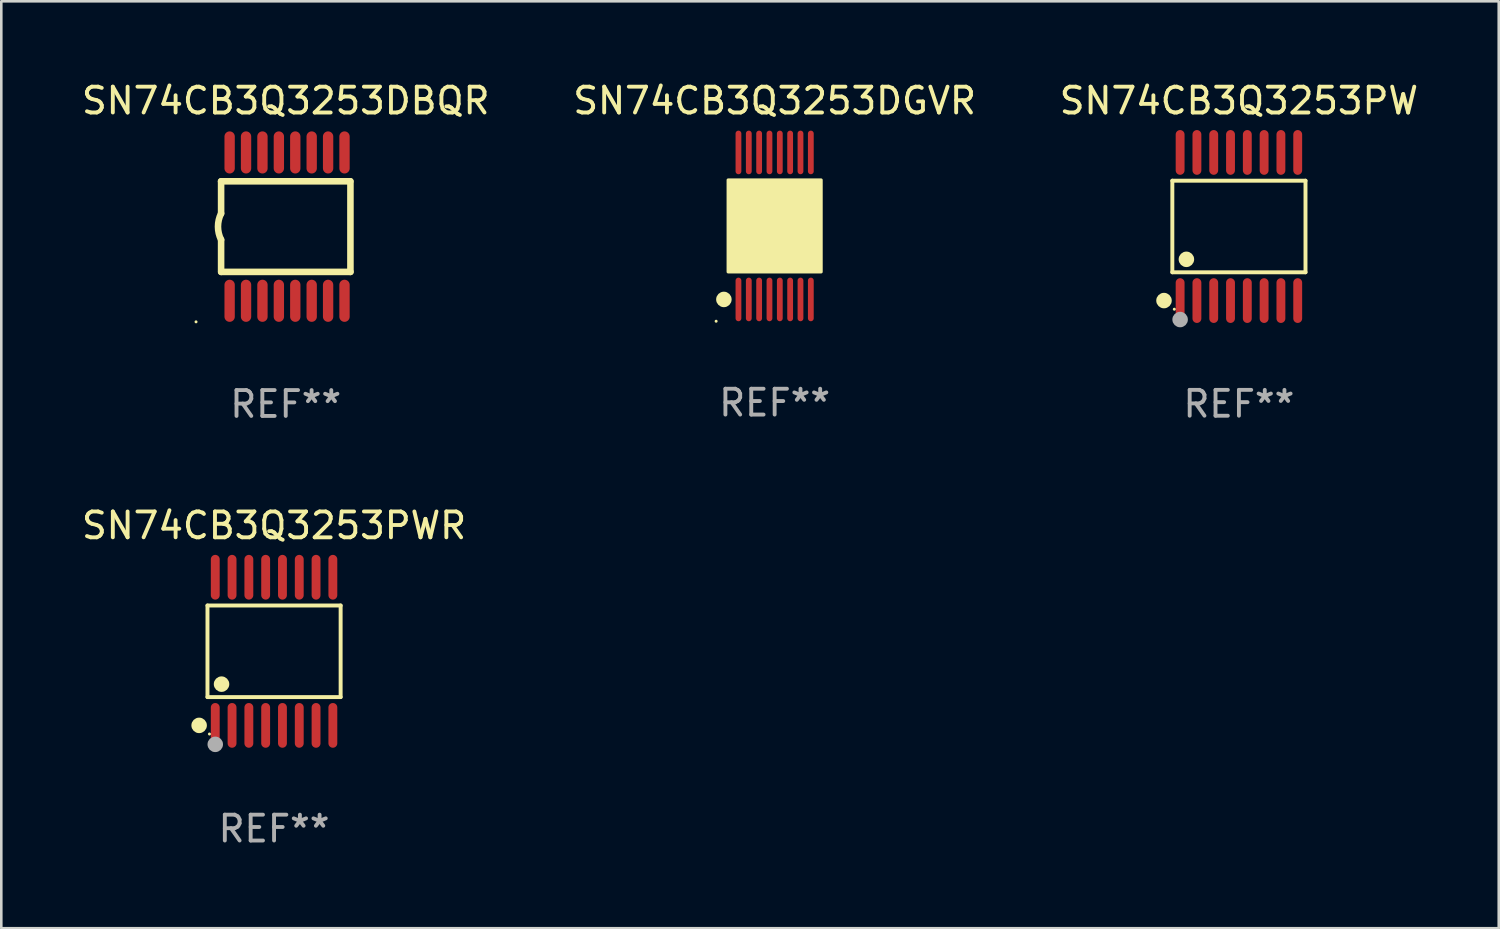
<source format=kicad_pcb>
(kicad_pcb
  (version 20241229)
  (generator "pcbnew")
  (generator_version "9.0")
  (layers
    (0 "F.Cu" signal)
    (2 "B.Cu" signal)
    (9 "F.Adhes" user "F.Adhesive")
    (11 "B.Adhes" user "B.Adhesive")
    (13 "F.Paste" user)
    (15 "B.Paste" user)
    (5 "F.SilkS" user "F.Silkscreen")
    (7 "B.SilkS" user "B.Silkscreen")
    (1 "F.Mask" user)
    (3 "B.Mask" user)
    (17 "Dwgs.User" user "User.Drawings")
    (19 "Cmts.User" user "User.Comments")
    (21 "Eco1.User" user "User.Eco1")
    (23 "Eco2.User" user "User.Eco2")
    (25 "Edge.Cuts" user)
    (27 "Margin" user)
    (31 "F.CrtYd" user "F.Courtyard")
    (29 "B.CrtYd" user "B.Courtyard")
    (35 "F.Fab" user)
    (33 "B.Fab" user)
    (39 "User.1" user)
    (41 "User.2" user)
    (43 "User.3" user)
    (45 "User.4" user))
  (footprint "SN74CB3Q3253DBQR"
    (layer "F.Cu")
    (at 8.006 5.718)
    (property "Reference" "SN74CB3Q3253DBQR" (at 0 -4.87 0) (layer "F.SilkS") (effects (font (size 1 1) (thickness 0.15))))
    (attr through_hole)
    (fp_line (start -2.503 -1.753) (end 2.497 -1.753) (stroke (width 0.254) (type solid)) (layer "F.SilkS"))
    (fp_line (start -2.501 -0.508) (end -2.501 -1.753) (stroke (width 0.254) (type solid)) (layer "F.SilkS"))
    (fp_line (start -2.501 1.753) (end -2.501 0.508) (stroke (width 0.254) (type solid)) (layer "F.SilkS"))
    (fp_line (start -2.497 1.753) (end 2.503 1.753) (stroke (width 0.254) (type solid)) (layer "F.SilkS"))
    (fp_line (start 2.503 1.753) (end 2.503 -1.753) (stroke (width 0.254) (type solid)) (layer "F.SilkS"))
    (fp_arc (start -2.50127 0.508001) (mid -2.621193 0) (end -2.50127 -0.508001) (stroke (width 0.254001) (type solid)) (layer "F.SilkS"))
    (fp_circle (center -3.471 3.685) (end -3.441 3.685) (stroke (width 0.06) (type solid)) (fill no) (layer "F.SilkS"))
    (fp_text user "REF**" (at 0 6.87 0) (layer "F.Fab") (effects (font (size 1 1) (thickness 0.15))))
    (pad "1" smd oval (at -2.171 2.87 90) (size 1.63 0.4) (layers "F.Cu" "F.Mask" "F.Paste"))
    (pad "2" smd oval (at -1.536 2.87 90) (size 1.63 0.4) (layers "F.Cu" "F.Mask" "F.Paste"))
    (pad "3" smd oval (at -0.901 2.87 90) (size 1.63 0.4) (layers "F.Cu" "F.Mask" "F.Paste"))
    (pad "4" smd oval (at -0.266 2.87 90) (size 1.63 0.4) (layers "F.Cu" "F.Mask" "F.Paste"))
    (pad "5" smd oval (at 0.369 2.87 90) (size 1.63 0.4) (layers "F.Cu" "F.Mask" "F.Paste"))
    (pad "6" smd oval (at 1.004 2.87 90) (size 1.63 0.4) (layers "F.Cu" "F.Mask" "F.Paste"))
    (pad "7" smd oval (at 1.639 2.87 90) (size 1.63 0.4) (layers "F.Cu" "F.Mask" "F.Paste"))
    (pad "8" smd oval (at 2.274 2.87 90) (size 1.63 0.4) (layers "F.Cu" "F.Mask" "F.Paste"))
    (pad "9" smd oval (at 2.274 -2.87 270) (size 1.63 0.4) (layers "F.Cu" "F.Mask" "F.Paste"))
    (pad "10" smd oval (at 1.639 -2.87 270) (size 1.63 0.4) (layers "F.Cu" "F.Mask" "F.Paste"))
    (pad "11" smd oval (at 1.004 -2.87 270) (size 1.63 0.4) (layers "F.Cu" "F.Mask" "F.Paste"))
    (pad "12" smd oval (at 0.369 -2.87 270) (size 1.63 0.4) (layers "F.Cu" "F.Mask" "F.Paste"))
    (pad "13" smd oval (at -0.266 -2.87 270) (size 1.63 0.4) (layers "F.Cu" "F.Mask" "F.Paste"))
    (pad "14" smd oval (at -0.901 -2.87 270) (size 1.63 0.4) (layers "F.Cu" "F.Mask" "F.Paste"))
    (pad "15" smd oval (at -1.536 -2.87 270) (size 1.63 0.4) (layers "F.Cu" "F.Mask" "F.Paste"))
    (pad "16" smd oval (at -2.171 -2.87 270) (size 1.63 0.4) (layers "F.Cu" "F.Mask" "F.Paste")))
  (footprint "SN74CB3Q3253PWR"
    (layer "F.Cu")
    (at 7.554 22.151)
    (property "Reference" "SN74CB3Q3253PWR" (at 0 -4.866 0) (layer "F.SilkS") (effects (font (size 1 1) (thickness 0.15))))
    (attr through_hole)
    (fp_line (start -2.576 -1.772) (end 2.576 -1.772) (stroke (width 0.152) (type solid)) (layer "F.SilkS"))
    (fp_line (start -2.576 1.771) (end -2.576 -1.772) (stroke (width 0.152) (type solid)) (layer "F.SilkS"))
    (fp_line (start 2.576 -1.772) (end 2.576 1.771) (stroke (width 0.152) (type solid)) (layer "F.SilkS"))
    (fp_line (start 2.576 1.771) (end -2.576 1.771) (stroke (width 0.152) (type solid)) (layer "F.SilkS"))
    (fp_circle (center -2.899 2.866) (end -2.749 2.866) (stroke (width 0.3) (type solid)) (fill no) (layer "F.SilkS"))
    (fp_circle (center -2.5 3.2) (end -2.47 3.2) (stroke (width 0.06) (type solid)) (fill no) (layer "F.SilkS"))
    (fp_circle (center -2.032 1.27) (end -1.882 1.27) (stroke (width 0.3) (type solid)) (fill no) (layer "F.SilkS"))
    (fp_circle (center -2.275 3.6) (end -2.125 3.6) (stroke (width 0.3) (type solid)) (fill no) (layer "F.Fab"))
    (fp_text user "REF**" (at 0 6.866 0) (layer "F.Fab") (effects (font (size 1 1) (thickness 0.15))))
    (pad "1" smd oval (at -2.275 2.866) (size 0.343 1.731) (layers "F.Cu" "F.Mask" "F.Paste"))
    (pad "2" smd oval (at -1.625 2.866) (size 0.343 1.731) (layers "F.Cu" "F.Mask" "F.Paste"))
    (pad "3" smd oval (at -0.975 2.866) (size 0.343 1.731) (layers "F.Cu" "F.Mask" "F.Paste"))
    (pad "4" smd oval (at -0.325 2.866) (size 0.343 1.731) (layers "F.Cu" "F.Mask" "F.Paste"))
    (pad "5" smd oval (at 0.325 2.866) (size 0.343 1.731) (layers "F.Cu" "F.Mask" "F.Paste"))
    (pad "6" smd oval (at 0.975 2.866) (size 0.343 1.731) (layers "F.Cu" "F.Mask" "F.Paste"))
    (pad "7" smd oval (at 1.625 2.866) (size 0.343 1.731) (layers "F.Cu" "F.Mask" "F.Paste"))
    (pad "8" smd oval (at 2.275 2.866) (size 0.343 1.731) (layers "F.Cu" "F.Mask" "F.Paste"))
    (pad "9" smd oval (at 2.275 -2.866) (size 0.343 1.731) (layers "F.Cu" "F.Mask" "F.Paste"))
    (pad "10" smd oval (at 1.625 -2.866) (size 0.343 1.731) (layers "F.Cu" "F.Mask" "F.Paste"))
    (pad "11" smd oval (at 0.975 -2.866) (size 0.343 1.731) (layers "F.Cu" "F.Mask" "F.Paste"))
    (pad "12" smd oval (at 0.325 -2.866) (size 0.343 1.731) (layers "F.Cu" "F.Mask" "F.Paste"))
    (pad "13" smd oval (at -0.325 -2.866) (size 0.343 1.731) (layers "F.Cu" "F.Mask" "F.Paste"))
    (pad "14" smd oval (at -0.975 -2.866) (size 0.343 1.731) (layers "F.Cu" "F.Mask" "F.Paste"))
    (pad "15" smd oval (at -1.625 -2.866) (size 0.343 1.731) (layers "F.Cu" "F.Mask" "F.Paste"))
    (pad "16" smd oval (at -2.275 -2.866) (size 0.343 1.731) (layers "F.Cu" "F.Mask" "F.Paste")))
  (footprint "SN74CB3Q3253DGVR"
    (layer "F.Cu")
    (at 26.923 5.692)
    (property "Reference" "SN74CB3Q3253DGVR" (at 0 -4.844 0) (layer "F.SilkS") (effects (font (size 1 1) (thickness 0.15))))
    (attr through_hole)
    (fp_circle (center -2.264 3.687) (end -2.234 3.687) (stroke (width 0.06) (type solid)) (fill no) (layer "F.SilkS"))
    (fp_circle (center -1.964 2.844) (end -1.814 2.844) (stroke (width 0.3) (type solid)) (fill no) (layer "F.SilkS"))
    (fp_circle (center -1.4 1.019) (end -1.25 1.019) (stroke (width 0.3) (type solid)) (fill no) (layer "F.SilkS"))
    (fp_poly (pts (xy -1.8 -1.778) (xy 1.8 -1.778) (xy 1.8 1.778) (xy -1.8 1.778)) (stroke (width 0.12) (type solid)) (fill yes) (layer "F.SilkS"))
    (fp_text user "REF**" (at 0 6.844 0) (layer "F.Fab") (effects (font (size 1 1) (thickness 0.15))))
    (pad "1" smd oval (at -1.4 2.844) (size 0.224 1.687) (layers "F.Cu" "F.Mask" "F.Paste"))
    (pad "2" smd oval (at -1 2.844) (size 0.224 1.687) (layers "F.Cu" "F.Mask" "F.Paste"))
    (pad "3" smd oval (at -0.6 2.844) (size 0.224 1.687) (layers "F.Cu" "F.Mask" "F.Paste"))
    (pad "4" smd oval (at -0.2 2.844) (size 0.224 1.687) (layers "F.Cu" "F.Mask" "F.Paste"))
    (pad "5" smd oval (at 0.2 2.844) (size 0.224 1.687) (layers "F.Cu" "F.Mask" "F.Paste"))
    (pad "6" smd oval (at 0.6 2.844) (size 0.224 1.687) (layers "F.Cu" "F.Mask" "F.Paste"))
    (pad "7" smd oval (at 1 2.844) (size 0.224 1.687) (layers "F.Cu" "F.Mask" "F.Paste"))
    (pad "8" smd oval (at 1.4 2.844) (size 0.224 1.687) (layers "F.Cu" "F.Mask" "F.Paste"))
    (pad "9" smd oval (at 1.4 -2.844) (size 0.224 1.687) (layers "F.Cu" "F.Mask" "F.Paste"))
    (pad "10" smd oval (at 1 -2.844) (size 0.224 1.687) (layers "F.Cu" "F.Mask" "F.Paste"))
    (pad "11" smd oval (at 0.6 -2.844) (size 0.224 1.687) (layers "F.Cu" "F.Mask" "F.Paste"))
    (pad "12" smd oval (at 0.2 -2.844) (size 0.224 1.687) (layers "F.Cu" "F.Mask" "F.Paste"))
    (pad "13" smd oval (at -0.2 -2.844) (size 0.224 1.687) (layers "F.Cu" "F.Mask" "F.Paste"))
    (pad "14" smd oval (at -0.6 -2.844) (size 0.224 1.687) (layers "F.Cu" "F.Mask" "F.Paste"))
    (pad "15" smd oval (at -1 -2.844) (size 0.224 1.687) (layers "F.Cu" "F.Mask" "F.Paste"))
    (pad "16" smd oval (at -1.4 -2.844) (size 0.224 1.687) (layers "F.Cu" "F.Mask" "F.Paste")))
  (footprint "SN74CB3Q3253PW"
    (layer "F.Cu")
    (at 44.887 5.714)
    (property "Reference" "SN74CB3Q3253PW" (at 0 -4.866 0) (layer "F.SilkS") (effects (font (size 1 1) (thickness 0.15))))
    (attr through_hole)
    (fp_line (start -2.576 -1.772) (end 2.576 -1.772) (stroke (width 0.152) (type solid)) (layer "F.SilkS"))
    (fp_line (start -2.576 1.771) (end -2.576 -1.772) (stroke (width 0.152) (type solid)) (layer "F.SilkS"))
    (fp_line (start 2.576 -1.772) (end 2.576 1.771) (stroke (width 0.152) (type solid)) (layer "F.SilkS"))
    (fp_line (start 2.576 1.771) (end -2.576 1.771) (stroke (width 0.152) (type solid)) (layer "F.SilkS"))
    (fp_circle (center -2.899 2.866) (end -2.749 2.866) (stroke (width 0.3) (type solid)) (fill no) (layer "F.SilkS"))
    (fp_circle (center -2.5 3.2) (end -2.47 3.2) (stroke (width 0.06) (type solid)) (fill no) (layer "F.SilkS"))
    (fp_circle (center -2.032 1.27) (end -1.882 1.27) (stroke (width 0.3) (type solid)) (fill no) (layer "F.SilkS"))
    (fp_circle (center -2.275 3.6) (end -2.125 3.6) (stroke (width 0.3) (type solid)) (fill no) (layer "F.Fab"))
    (fp_text user "REF**" (at 0 6.866 0) (layer "F.Fab") (effects (font (size 1 1) (thickness 0.15))))
    (pad "1" smd oval (at -2.275 2.866) (size 0.343 1.731) (layers "F.Cu" "F.Mask" "F.Paste"))
    (pad "2" smd oval (at -1.625 2.866) (size 0.343 1.731) (layers "F.Cu" "F.Mask" "F.Paste"))
    (pad "3" smd oval (at -0.975 2.866) (size 0.343 1.731) (layers "F.Cu" "F.Mask" "F.Paste"))
    (pad "4" smd oval (at -0.325 2.866) (size 0.343 1.731) (layers "F.Cu" "F.Mask" "F.Paste"))
    (pad "5" smd oval (at 0.325 2.866) (size 0.343 1.731) (layers "F.Cu" "F.Mask" "F.Paste"))
    (pad "6" smd oval (at 0.975 2.866) (size 0.343 1.731) (layers "F.Cu" "F.Mask" "F.Paste"))
    (pad "7" smd oval (at 1.625 2.866) (size 0.343 1.731) (layers "F.Cu" "F.Mask" "F.Paste"))
    (pad "8" smd oval (at 2.275 2.866) (size 0.343 1.731) (layers "F.Cu" "F.Mask" "F.Paste"))
    (pad "9" smd oval (at 2.275 -2.866) (size 0.343 1.731) (layers "F.Cu" "F.Mask" "F.Paste"))
    (pad "10" smd oval (at 1.625 -2.866) (size 0.343 1.731) (layers "F.Cu" "F.Mask" "F.Paste"))
    (pad "11" smd oval (at 0.975 -2.866) (size 0.343 1.731) (layers "F.Cu" "F.Mask" "F.Paste"))
    (pad "12" smd oval (at 0.325 -2.866) (size 0.343 1.731) (layers "F.Cu" "F.Mask" "F.Paste"))
    (pad "13" smd oval (at -0.325 -2.866) (size 0.343 1.731) (layers "F.Cu" "F.Mask" "F.Paste"))
    (pad "14" smd oval (at -0.975 -2.866) (size 0.343 1.731) (layers "F.Cu" "F.Mask" "F.Paste"))
    (pad "15" smd oval (at -1.625 -2.866) (size 0.343 1.731) (layers "F.Cu" "F.Mask" "F.Paste"))
    (pad "16" smd oval (at -2.275 -2.866) (size 0.343 1.731) (layers "F.Cu" "F.Mask" "F.Paste")))
  (gr_rect
    (start -3 -3)
    (end 54.94 32.865)
    (stroke (width 0.1) (type default))
    (fill no)
    (layer "Edge.Cuts")))
</source>
